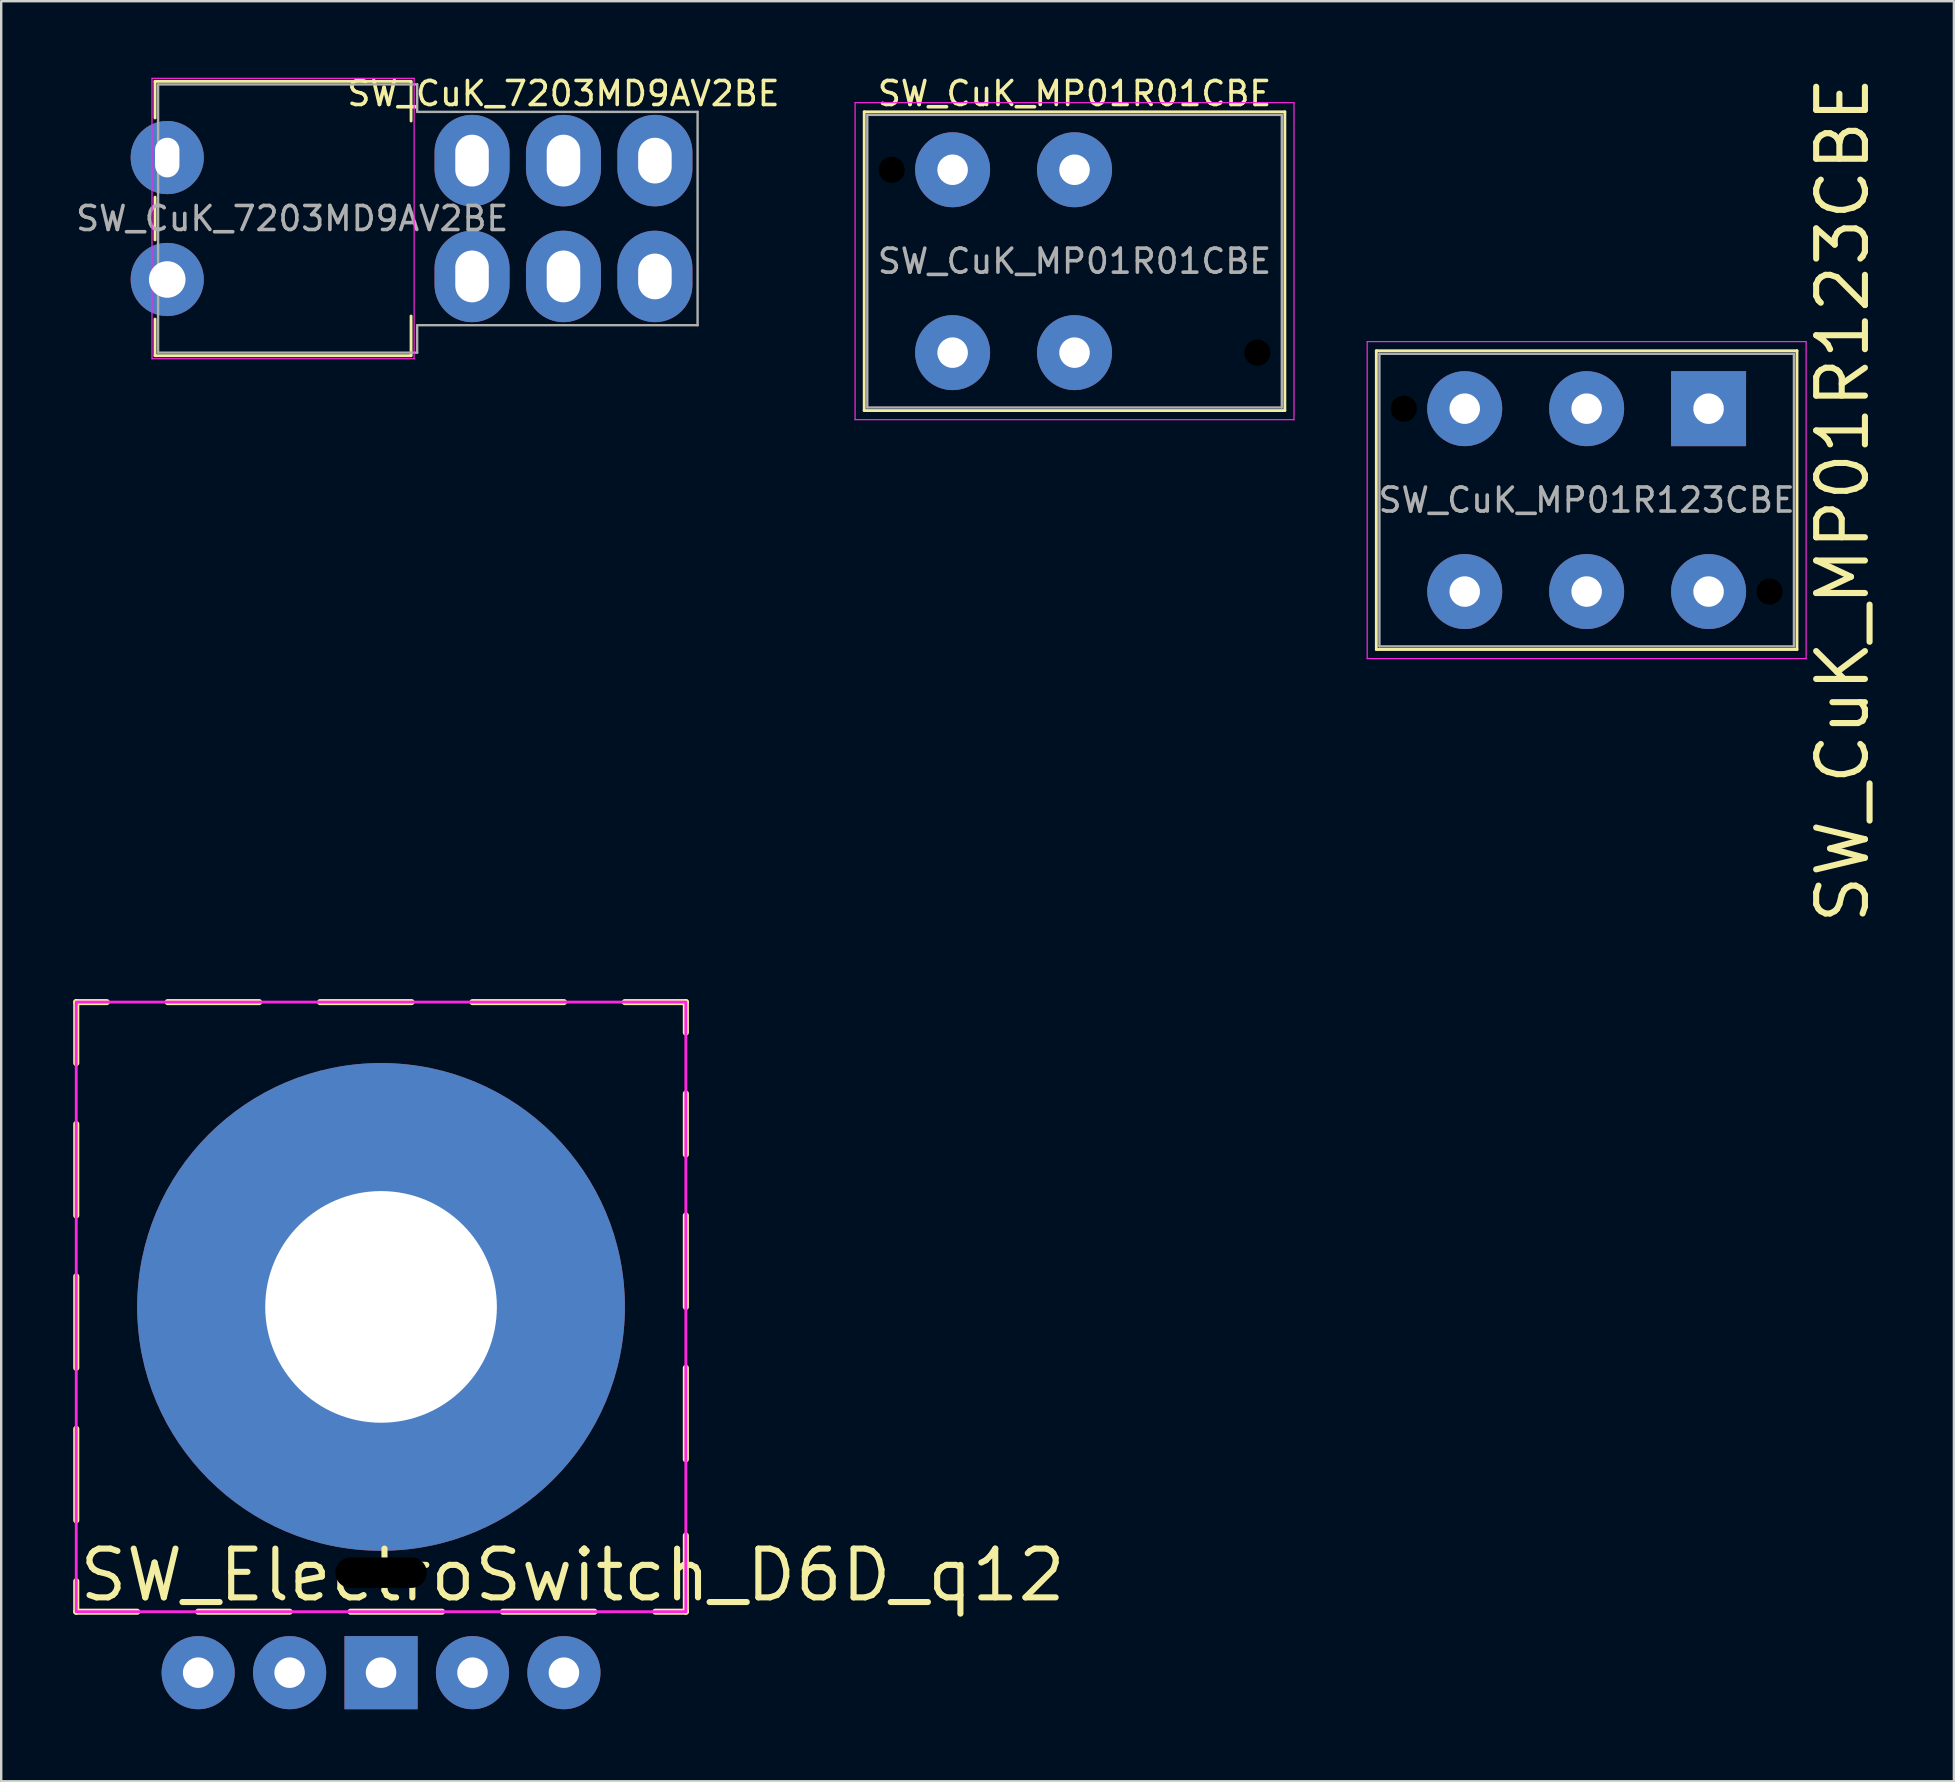
<source format=kicad_pcb>
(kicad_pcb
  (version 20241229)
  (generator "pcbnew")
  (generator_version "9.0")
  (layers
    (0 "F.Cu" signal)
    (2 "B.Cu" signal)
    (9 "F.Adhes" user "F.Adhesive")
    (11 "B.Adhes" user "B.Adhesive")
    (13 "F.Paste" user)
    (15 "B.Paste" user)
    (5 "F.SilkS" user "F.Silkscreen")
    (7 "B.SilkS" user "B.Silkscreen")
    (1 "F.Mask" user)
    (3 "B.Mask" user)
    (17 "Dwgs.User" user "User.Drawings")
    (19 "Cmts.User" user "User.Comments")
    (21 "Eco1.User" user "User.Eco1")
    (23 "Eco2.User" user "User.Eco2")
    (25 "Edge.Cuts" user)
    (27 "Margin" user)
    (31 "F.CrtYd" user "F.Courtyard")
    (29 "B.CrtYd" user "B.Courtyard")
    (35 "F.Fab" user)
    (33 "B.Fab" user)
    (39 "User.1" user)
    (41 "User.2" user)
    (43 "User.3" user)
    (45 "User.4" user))
  (footprint "SW_CuK_MP01R123CBE"
    (layer "F.Cu")
    (at 57.98 21.598)
    (property "Reference" "SW_CuK_MP01R123CBE" (at 15.748 -3.81 90) (layer "F.SilkS") (effects (font (size 2.032 2.032) (thickness 0.254))))
    (attr through_hole)
    (fp_line (start -3.683 -10.033) (end -3.683 2.413) (stroke (width 0.12) (type solid)) (layer "F.SilkS"))
    (fp_line (start 13.843 -10.033) (end -3.683 -10.033) (stroke (width 0.12) (type solid)) (layer "F.SilkS"))
    (fp_line (start 13.843 -10.033) (end 13.843 2.413) (stroke (width 0.12) (type solid)) (layer "F.SilkS"))
    (fp_line (start 13.843 2.413) (end -3.683 2.413) (stroke (width 0.12) (type solid)) (layer "F.SilkS"))
    (fp_line (start -4.064 -10.414) (end 14.224 -10.414) (stroke (width 0.05) (type solid)) (layer "F.CrtYd"))
    (fp_line (start -4.064 2.794) (end -4.064 -10.414) (stroke (width 0.05) (type solid)) (layer "F.CrtYd"))
    (fp_line (start 14.224 -10.414) (end 14.224 2.794) (stroke (width 0.05) (type solid)) (layer "F.CrtYd"))
    (fp_line (start 14.224 2.794) (end -4.064 2.794) (stroke (width 0.05) (type solid)) (layer "F.CrtYd"))
    (fp_line (start -3.556 -9.906) (end 13.716 -9.906) (stroke (width 0.1) (type solid)) (layer "F.Fab"))
    (fp_line (start -3.556 2.286) (end -3.556 -9.906) (stroke (width 0.1) (type solid)) (layer "F.Fab"))
    (fp_line (start 13.716 -9.906) (end 13.716 2.286) (stroke (width 0.1) (type solid)) (layer "F.Fab"))
    (fp_line (start 13.716 2.286) (end -3.556 2.286) (stroke (width 0.1) (type solid)) (layer "F.Fab"))
    (fp_text user "${REFERENCE}" (at 5.08 -3.81 0) (layer "F.Fab") (effects (font (size 1 1) (thickness 0.15))))
    (pad "" np_thru_hole circle (at -2.54 -7.62) (size 1.092 1.092) (drill 1.092) (layers "*.Mask"))
    (pad "" np_thru_hole circle (at 12.7 0) (size 1.092 1.092) (drill 1.092) (layers "*.Mask"))
    (pad "1" thru_hole circle (at 0 0) (size 3.124 3.124) (drill 1.27) (layers "*.Cu" "*.Mask"))
    (pad "2" thru_hole circle (at 5.08 0) (size 3.124 3.124) (drill 1.27) (layers "*.Cu" "*.Mask"))
    (pad "3" thru_hole circle (at 0 -7.62) (size 3.124 3.124) (drill 1.27) (layers "*.Cu" "*.Mask"))
    (pad "4" thru_hole circle (at 5.08 -7.62) (size 3.124 3.124) (drill 1.27) (layers "*.Cu" "*.Mask"))
    (pad "A" thru_hole rect (at 10.16 -7.62) (size 3.124 3.124) (drill 1.27) (layers "*.Cu" "*.Mask"))
    (pad "K" thru_hole circle (at 10.16 0) (size 3.124 3.124) (drill 1.27) (layers "*.Cu" "*.Mask")))
  (footprint "SW_CuK_MP01R01CBE"
    (layer "F.Cu")
    (at 36.642 11.643)
    (property "Reference" "SW_CuK_MP01R01CBE" (at 5.08 -10.795 0) (layer "F.SilkS") (effects (font (size 1 1) (thickness 0.15))))
    (attr through_hole)
    (fp_line (start -3.683 -10.033) (end -3.683 2.413) (stroke (width 0.12) (type solid)) (layer "F.SilkS"))
    (fp_line (start 13.843 -10.033) (end -3.683 -10.033) (stroke (width 0.12) (type solid)) (layer "F.SilkS"))
    (fp_line (start 13.843 -10.033) (end 13.843 2.413) (stroke (width 0.12) (type solid)) (layer "F.SilkS"))
    (fp_line (start 13.843 2.413) (end -3.683 2.413) (stroke (width 0.12) (type solid)) (layer "F.SilkS"))
    (fp_line (start -4.064 -10.414) (end 14.224 -10.414) (stroke (width 0.05) (type solid)) (layer "F.CrtYd"))
    (fp_line (start -4.064 2.794) (end -4.064 -10.414) (stroke (width 0.05) (type solid)) (layer "F.CrtYd"))
    (fp_line (start 14.224 -10.414) (end 14.224 2.794) (stroke (width 0.05) (type solid)) (layer "F.CrtYd"))
    (fp_line (start 14.224 2.794) (end -4.064 2.794) (stroke (width 0.05) (type solid)) (layer "F.CrtYd"))
    (fp_line (start -3.556 -9.906) (end 13.716 -9.906) (stroke (width 0.1) (type solid)) (layer "F.Fab"))
    (fp_line (start -3.556 2.286) (end -3.556 -9.906) (stroke (width 0.1) (type solid)) (layer "F.Fab"))
    (fp_line (start 13.716 -9.906) (end 13.716 2.286) (stroke (width 0.1) (type solid)) (layer "F.Fab"))
    (fp_line (start 13.716 2.286) (end -3.556 2.286) (stroke (width 0.1) (type solid)) (layer "F.Fab"))
    (fp_text user "${REFERENCE}" (at 5.08 -3.81 0) (layer "F.Fab") (effects (font (size 1 1) (thickness 0.15))))
    (pad "" np_thru_hole circle (at -2.54 -7.62) (size 1.092 1.092) (drill 1.092) (layers "*.Mask"))
    (pad "" np_thru_hole circle (at 12.7 0) (size 1.092 1.092) (drill 1.092) (layers "*.Mask"))
    (pad "1" thru_hole circle (at 0 0) (size 3.124 3.124) (drill 1.27) (layers "*.Cu" "*.Mask"))
    (pad "2" thru_hole circle (at 5.08 0) (size 3.124 3.124) (drill 1.27) (layers "*.Cu" "*.Mask"))
    (pad "3" thru_hole circle (at 0 -7.62) (size 3.124 3.124) (drill 1.27) (layers "*.Cu" "*.Mask"))
    (pad "4" thru_hole circle (at 5.08 -7.62) (size 3.124 3.124) (drill 1.27) (layers "*.Cu" "*.Mask")))
  (footprint "SW_CuK_7203MD9AV2BE"
    (layer "F.Cu")
    (at 16.618 6.055)
    (property "Reference" "SW_CuK_7203MD9AV2BE" (at 3.81 -5.207 0) (layer "F.SilkS") (effects (font (size 1 1) (thickness 0.15))))
    (attr through_hole)
    (fp_line (start -13.208 -5.715) (end -13.208 -4.191) (stroke (width 0.12) (type solid)) (layer "F.SilkS"))
    (fp_line (start -13.208 -0.889) (end -13.208 0.889) (stroke (width 0.12) (type solid)) (layer "F.SilkS"))
    (fp_line (start -13.208 5.715) (end -13.208 4.191) (stroke (width 0.12) (type solid)) (layer "F.SilkS"))
    (fp_line (start -2.54 -5.715) (end -13.208 -5.715) (stroke (width 0.12) (type solid)) (layer "F.SilkS"))
    (fp_line (start -2.54 -5.715) (end -2.54 -4.064) (stroke (width 0.12) (type solid)) (layer "F.SilkS"))
    (fp_line (start -2.54 4.064) (end -2.54 5.715) (stroke (width 0.12) (type solid)) (layer "F.SilkS"))
    (fp_line (start -2.54 5.715) (end -13.208 5.715) (stroke (width 0.12) (type solid)) (layer "F.SilkS"))
    (fp_line (start -13.335 -5.842) (end -2.413 -5.842) (stroke (width 0.05) (type solid)) (layer "F.CrtYd"))
    (fp_line (start -13.335 5.842) (end -13.335 -5.842) (stroke (width 0.05) (type solid)) (layer "F.CrtYd"))
    (fp_line (start -2.413 -5.842) (end -2.413 5.842) (stroke (width 0.05) (type solid)) (layer "F.CrtYd"))
    (fp_line (start -2.413 5.842) (end -13.335 5.842) (stroke (width 0.05) (type solid)) (layer "F.CrtYd"))
    (fp_line (start -13.081 -5.588) (end -2.286 -5.588) (stroke (width 0.1) (type solid)) (layer "F.Fab"))
    (fp_line (start -13.081 5.588) (end -13.081 -5.588) (stroke (width 0.1) (type solid)) (layer "F.Fab"))
    (fp_line (start -2.286 -4.445) (end -2.286 -5.588) (stroke (width 0.1) (type solid)) (layer "F.Fab"))
    (fp_line (start -2.286 4.445) (end 9.398 4.445) (stroke (width 0.1) (type solid)) (layer "F.Fab"))
    (fp_line (start -2.286 5.588) (end -13.081 5.588) (stroke (width 0.1) (type solid)) (layer "F.Fab"))
    (fp_line (start -2.286 5.588) (end -2.286 4.445) (stroke (width 0.1) (type solid)) (layer "F.Fab"))
    (fp_line (start 9.398 -4.445) (end -2.286 -4.445) (stroke (width 0.1) (type solid)) (layer "F.Fab"))
    (fp_line (start 9.398 -4.445) (end 9.398 4.445) (stroke (width 0.1) (type solid)) (layer "F.Fab"))
    (fp_text user "${REFERENCE}" (at -7.493 0 0) (layer "F.Fab") (effects (font (size 1 1) (thickness 0.15))))
    (pad "0" thru_hole circle (at -12.7 -2.54) (size 3.048 3.048) (drill oval 1.016 1.651) (layers "*.Cu" "*.Mask"))
    (pad "0" thru_hole circle (at -12.7 2.54) (size 3.048 3.048) (drill 1.524) (layers "*.Cu" "*.Mask"))
    (pad "1" thru_hole oval (at 0 -2.413) (size 3.124 3.81) (drill oval 1.397 2.159) (layers "*.Cu" "*.Mask"))
    (pad "2" thru_hole oval (at 3.81 -2.413) (size 3.124 3.81) (drill oval 1.397 2.159) (layers "*.Cu" "*.Mask"))
    (pad "3" thru_hole oval (at 7.62 -2.413) (size 3.124 3.81) (drill oval 1.397 1.905) (layers "*.Cu" "*.Mask"))
    (pad "4" thru_hole oval (at 0 2.413) (size 3.124 3.81) (drill oval 1.397 2.159) (layers "*.Cu" "*.Mask"))
    (pad "5" thru_hole oval (at 3.81 2.413) (size 3.124 3.81) (drill oval 1.397 2.159) (layers "*.Cu" "*.Mask"))
    (pad "6" thru_hole oval (at 7.62 2.413) (size 3.124 3.81) (drill oval 1.397 1.905) (layers "*.Cu" "*.Mask")))
  (footprint "SW_ElectroSwitch_D6D_q12"
    (layer "F.Cu")
    (at 12.827 51.404)
    (property "Reference" "SW_ElectroSwitch_D6D_q12" (at -12.7 11.176 0) (unlocked yes) (layer "F.SilkS") (effects (font (size 2.032 2.032) (thickness 0.254)) (justify left)))
    (attr through_hole exclude_from_pos_files)
    (fp_line (start -12.7 -12.7) (end -11.43 -12.7) (stroke (width 0.254) (type solid)) (layer "F.SilkS"))
    (fp_line (start -12.7 -10.16) (end -12.7 -12.7) (stroke (width 0.254) (type solid)) (layer "F.SilkS"))
    (fp_line (start -12.7 -3.81) (end -12.7 -7.62) (stroke (width 0.254) (type solid)) (layer "F.SilkS"))
    (fp_line (start -12.7 2.54) (end -12.7 -1.27) (stroke (width 0.254) (type solid)) (layer "F.SilkS"))
    (fp_line (start -12.7 8.89) (end -12.7 5.08) (stroke (width 0.254) (type solid)) (layer "F.SilkS"))
    (fp_line (start -12.7 11.43) (end -12.7 12.7) (stroke (width 0.254) (type solid)) (layer "F.SilkS"))
    (fp_line (start -10.16 12.7) (end -12.7 12.7) (stroke (width 0.254) (type solid)) (layer "F.SilkS"))
    (fp_line (start -8.89 -12.7) (end -5.08 -12.7) (stroke (width 0.254) (type solid)) (layer "F.SilkS"))
    (fp_line (start -7.62 12.7) (end -3.81 12.7) (stroke (width 0.254) (type solid)) (layer "F.SilkS"))
    (fp_line (start -2.54 -12.7) (end 1.27 -12.7) (stroke (width 0.254) (type solid)) (layer "F.SilkS"))
    (fp_line (start -1.27 12.7) (end 2.54 12.7) (stroke (width 0.254) (type solid)) (layer "F.SilkS"))
    (fp_line (start 3.81 -12.7) (end 7.62 -12.7) (stroke (width 0.254) (type solid)) (layer "F.SilkS"))
    (fp_line (start 5.08 12.7) (end 8.89 12.7) (stroke (width 0.254) (type solid)) (layer "F.SilkS"))
    (fp_line (start 10.16 -12.7) (end 12.7 -12.7) (stroke (width 0.254) (type solid)) (layer "F.SilkS"))
    (fp_line (start 12.7 -11.43) (end 12.7 -12.7) (stroke (width 0.254) (type solid)) (layer "F.SilkS"))
    (fp_line (start 12.7 -6.35) (end 12.7 -8.89) (stroke (width 0.254) (type solid)) (layer "F.SilkS"))
    (fp_line (start 12.7 0) (end 12.7 -3.81) (stroke (width 0.254) (type solid)) (layer "F.SilkS"))
    (fp_line (start 12.7 6.35) (end 12.7 2.54) (stroke (width 0.254) (type solid)) (layer "F.SilkS"))
    (fp_line (start 12.7 9.525) (end 12.7 12.7) (stroke (width 0.254) (type solid)) (layer "F.SilkS"))
    (fp_line (start 12.7 12.7) (end 11.43 12.7) (stroke (width 0.254) (type solid)) (layer "F.SilkS"))
    (fp_rect (start -12.7 -12.7) (end 12.7 12.7) (stroke (width 0.12) (type solid)) (fill no) (layer "F.CrtYd"))
    (pad "" np_thru_hole oval (at 0 11.074) (size 3.81 1.27) (drill oval 3.81 1.27) (layers "*.Mask"))
    (pad "1" thru_hole circle (at 7.62 15.24) (size 3.048 3.048) (drill 1.27) (layers "*.Cu" "*.Mask"))
    (pad "2" thru_hole circle (at 3.81 15.24) (size 3.048 3.048) (drill 1.27) (layers "*.Cu" "*.Mask"))
    (pad "3" thru_hole circle (at -3.81 15.24) (size 3.048 3.048) (drill 1.27) (layers "*.Cu" "*.Mask"))
    (pad "4" thru_hole circle (at -7.62 15.24) (size 3.048 3.048) (drill 1.27) (layers "*.Cu" "*.Mask"))
    (pad "5" thru_hole circle (at 0 0) (size 20.32 20.32) (drill 9.652) (layers "*.Cu" "*.Mask"))
    (pad "W" thru_hole rect (at 0 15.24) (size 3.048 3.048) (drill 1.27) (layers "*.Cu" "*.Mask")))
  (gr_rect
    (start -3 -3)
    (end 78.362 71.168)
    (stroke (width 0.1) (type default))
    (fill no)
    (layer "Edge.Cuts")))
</source>
